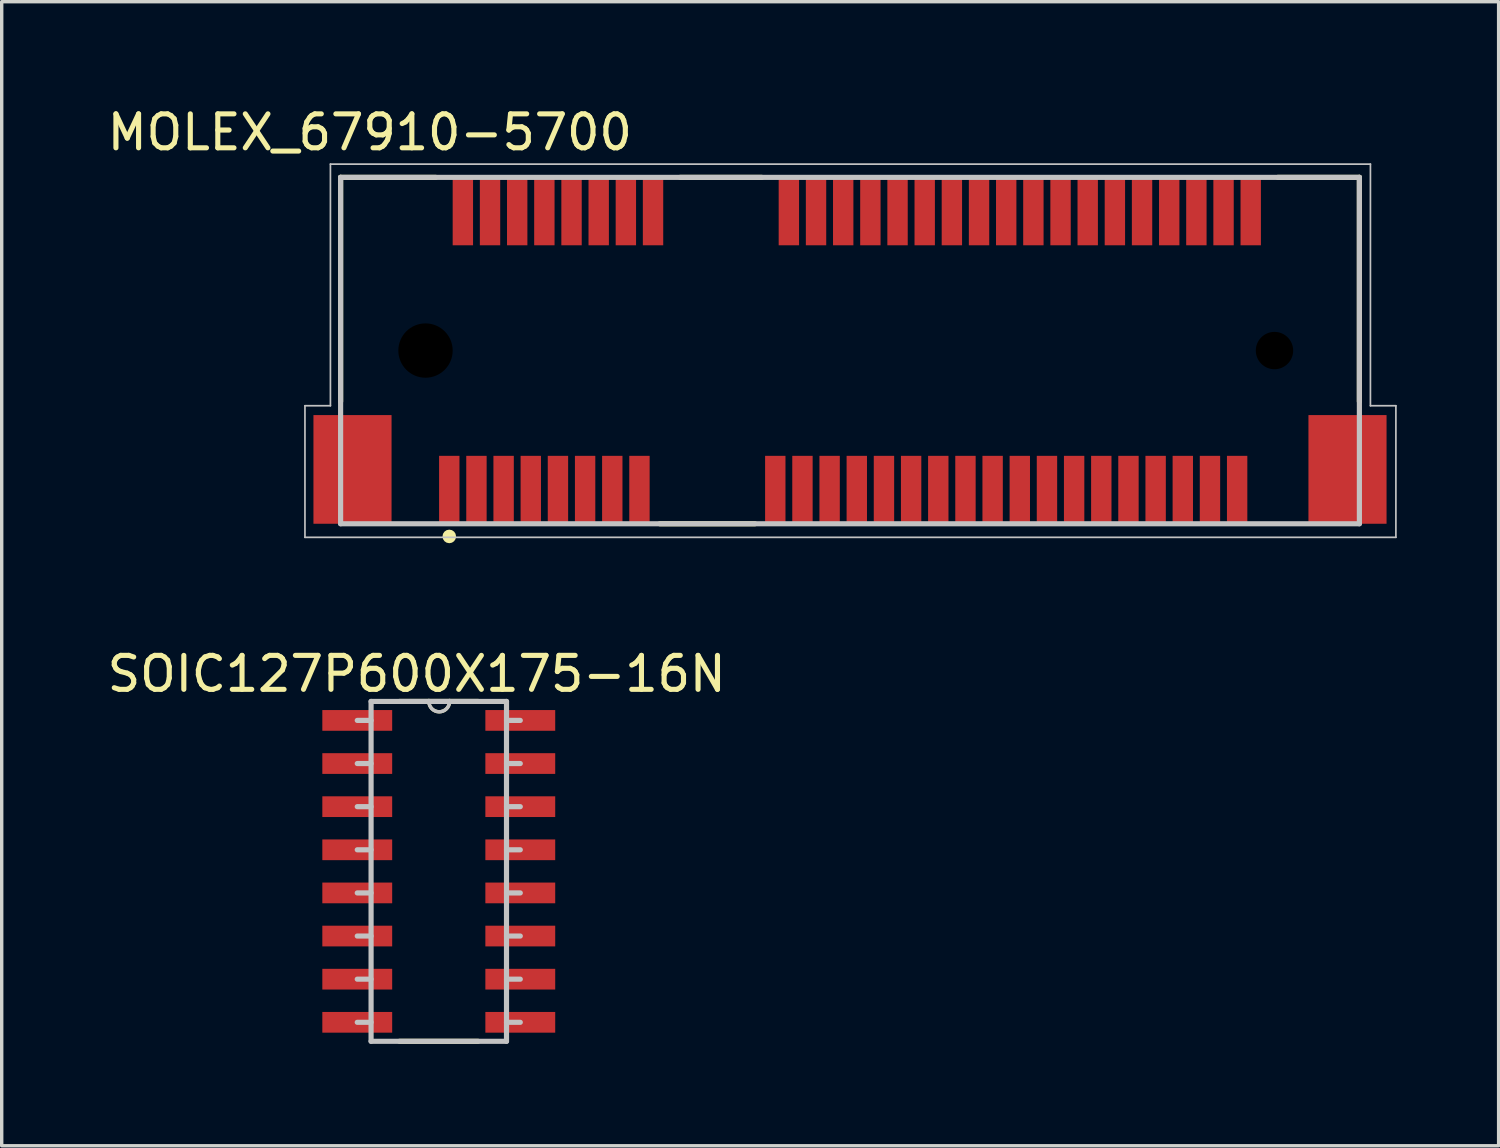
<source format=kicad_pcb>
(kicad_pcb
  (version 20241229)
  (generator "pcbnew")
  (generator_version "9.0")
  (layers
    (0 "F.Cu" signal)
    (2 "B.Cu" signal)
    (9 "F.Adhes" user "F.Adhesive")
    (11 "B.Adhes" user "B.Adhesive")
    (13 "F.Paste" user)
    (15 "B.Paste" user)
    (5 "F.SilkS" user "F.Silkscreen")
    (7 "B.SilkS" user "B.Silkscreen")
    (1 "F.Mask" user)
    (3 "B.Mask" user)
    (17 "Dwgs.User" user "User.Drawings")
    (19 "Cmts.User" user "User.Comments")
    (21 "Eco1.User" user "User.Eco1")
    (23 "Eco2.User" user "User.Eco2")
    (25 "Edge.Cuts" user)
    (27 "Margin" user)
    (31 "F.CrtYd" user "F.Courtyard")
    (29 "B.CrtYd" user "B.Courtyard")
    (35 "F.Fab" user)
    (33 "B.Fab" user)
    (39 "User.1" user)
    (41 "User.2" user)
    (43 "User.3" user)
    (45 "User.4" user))
  (footprint "MOLEX_67910-5700"
    (layer "F.Cu")
    (at 20.18 7.273)
    (property "Reference" "MOLEX_67910-5700" (at -12.34 -6.425 0) (layer "F.SilkS") (effects (font (size 1 1) (thickness 0.15))))
    (attr smd)
    (fp_line (start -13.2 -5.1) (end -10.4 -5.1) (stroke (width 0.152) (type solid)) (layer "F.SilkS"))
    (fp_line (start -13.2 1.5) (end -13.2 -5.1) (stroke (width 0.152) (type solid)) (layer "F.SilkS"))
    (fp_line (start -3.2 -5.1) (end -0.8 -5.1) (stroke (width 0.152) (type solid)) (layer "F.SilkS"))
    (fp_line (start -1 5.1) (end -3.8 5.1) (stroke (width 0.152) (type solid)) (layer "F.SilkS"))
    (fp_line (start 14.4 -5.1) (end 16.8 -5.1) (stroke (width 0.152) (type solid)) (layer "F.SilkS"))
    (fp_line (start 16.8 -5.1) (end 16.8 1.5) (stroke (width 0.152) (type solid)) (layer "F.SilkS"))
    (fp_circle (center -10 5.473) (end -9.9 5.473) (stroke (width 0.2) (type solid)) (fill no) (layer "F.SilkS"))
    (fp_line (start -14.25 1.625) (end -13.5 1.625) (stroke (width 0.05) (type solid)) (layer "Dwgs.User"))
    (fp_line (start -14.25 5.5) (end -14.25 1.625) (stroke (width 0.05) (type solid)) (layer "Dwgs.User"))
    (fp_line (start -13.5 -5.49) (end 17.125 -5.49) (stroke (width 0.05) (type solid)) (layer "Dwgs.User"))
    (fp_line (start -13.5 1.625) (end -13.5 -5.49) (stroke (width 0.05) (type solid)) (layer "Dwgs.User"))
    (fp_line (start -13.2 -5.1) (end 16.8 -5.1) (stroke (width 0.152) (type solid)) (layer "Dwgs.User"))
    (fp_line (start -13.2 5.1) (end -13.2 -5.1) (stroke (width 0.152) (type solid)) (layer "Dwgs.User"))
    (fp_line (start 16.8 -5.1) (end 16.8 5.1) (stroke (width 0.152) (type solid)) (layer "Dwgs.User"))
    (fp_line (start 16.8 5.1) (end -13.2 5.1) (stroke (width 0.152) (type solid)) (layer "Dwgs.User"))
    (fp_line (start 17.125 -5.49) (end 17.125 1.625) (stroke (width 0.05) (type solid)) (layer "Dwgs.User"))
    (fp_line (start 17.125 1.625) (end 17.875 1.625) (stroke (width 0.05) (type solid)) (layer "Dwgs.User"))
    (fp_line (start 17.875 1.625) (end 17.875 5.5) (stroke (width 0.05) (type solid)) (layer "Dwgs.User"))
    (fp_line (start 17.875 5.5) (end -14.25 5.5) (stroke (width 0.05) (type solid)) (layer "Dwgs.User"))
    (pad "" np_thru_hole circle (at -10.7 0) (size 1.6 1.6) (drill 1.6) (layers))
    (pad "" np_thru_hole circle (at 14.3 0) (size 1.1 1.1) (drill 1.1) (layers))
    (pad "1" smd rect (at -10 4.1 90) (size 2 0.6) (layers "F.Cu" "F.Mask" "F.Paste"))
    (pad "2" smd rect (at -9.6 -4.1 90) (size 2 0.6) (layers "F.Cu" "F.Mask" "F.Paste"))
    (pad "3" smd rect (at -9.2 4.1 90) (size 2 0.6) (layers "F.Cu" "F.Mask" "F.Paste"))
    (pad "4" smd rect (at -8.8 -4.1 90) (size 2 0.6) (layers "F.Cu" "F.Mask" "F.Paste"))
    (pad "5" smd rect (at -8.4 4.1 90) (size 2 0.6) (layers "F.Cu" "F.Mask" "F.Paste"))
    (pad "6" smd rect (at -8 -4.1 90) (size 2 0.6) (layers "F.Cu" "F.Mask" "F.Paste"))
    (pad "7" smd rect (at -7.6 4.1 90) (size 2 0.6) (layers "F.Cu" "F.Mask" "F.Paste"))
    (pad "8" smd rect (at -7.2 -4.1 90) (size 2 0.6) (layers "F.Cu" "F.Mask" "F.Paste"))
    (pad "9" smd rect (at -6.8 4.1 90) (size 2 0.6) (layers "F.Cu" "F.Mask" "F.Paste"))
    (pad "10" smd rect (at -6.4 -4.1 90) (size 2 0.6) (layers "F.Cu" "F.Mask" "F.Paste"))
    (pad "11" smd rect (at -6 4.1 90) (size 2 0.6) (layers "F.Cu" "F.Mask" "F.Paste"))
    (pad "12" smd rect (at -5.6 -4.1 90) (size 2 0.6) (layers "F.Cu" "F.Mask" "F.Paste"))
    (pad "13" smd rect (at -5.2 4.1 90) (size 2 0.6) (layers "F.Cu" "F.Mask" "F.Paste"))
    (pad "14" smd rect (at -4.8 -4.1 90) (size 2 0.6) (layers "F.Cu" "F.Mask" "F.Paste"))
    (pad "15" smd rect (at -4.4 4.1 90) (size 2 0.6) (layers "F.Cu" "F.Mask" "F.Paste"))
    (pad "16" smd rect (at -4 -4.1 90) (size 2 0.6) (layers "F.Cu" "F.Mask" "F.Paste"))
    (pad "17" smd rect (at -0.4 4.1 90) (size 2 0.6) (layers "F.Cu" "F.Mask" "F.Paste"))
    (pad "18" smd rect (at 0 -4.1 90) (size 2 0.6) (layers "F.Cu" "F.Mask" "F.Paste"))
    (pad "19" smd rect (at 0.4 4.1 90) (size 2 0.6) (layers "F.Cu" "F.Mask" "F.Paste"))
    (pad "20" smd rect (at 0.8 -4.1 90) (size 2 0.6) (layers "F.Cu" "F.Mask" "F.Paste"))
    (pad "21" smd rect (at 1.2 4.1 90) (size 2 0.6) (layers "F.Cu" "F.Mask" "F.Paste"))
    (pad "22" smd rect (at 1.6 -4.1 90) (size 2 0.6) (layers "F.Cu" "F.Mask" "F.Paste"))
    (pad "23" smd rect (at 2 4.1 90) (size 2 0.6) (layers "F.Cu" "F.Mask" "F.Paste"))
    (pad "24" smd rect (at 2.4 -4.1 90) (size 2 0.6) (layers "F.Cu" "F.Mask" "F.Paste"))
    (pad "25" smd rect (at 2.8 4.1 90) (size 2 0.6) (layers "F.Cu" "F.Mask" "F.Paste"))
    (pad "26" smd rect (at 3.2 -4.1 90) (size 2 0.6) (layers "F.Cu" "F.Mask" "F.Paste"))
    (pad "27" smd rect (at 3.6 4.1 90) (size 2 0.6) (layers "F.Cu" "F.Mask" "F.Paste"))
    (pad "28" smd rect (at 4 -4.1 90) (size 2 0.6) (layers "F.Cu" "F.Mask" "F.Paste"))
    (pad "29" smd rect (at 4.4 4.1 90) (size 2 0.6) (layers "F.Cu" "F.Mask" "F.Paste"))
    (pad "30" smd rect (at 4.8 -4.1 90) (size 2 0.6) (layers "F.Cu" "F.Mask" "F.Paste"))
    (pad "31" smd rect (at 5.2 4.1 90) (size 2 0.6) (layers "F.Cu" "F.Mask" "F.Paste"))
    (pad "32" smd rect (at 5.6 -4.1 90) (size 2 0.6) (layers "F.Cu" "F.Mask" "F.Paste"))
    (pad "33" smd rect (at 6 4.1 90) (size 2 0.6) (layers "F.Cu" "F.Mask" "F.Paste"))
    (pad "34" smd rect (at 6.4 -4.1 90) (size 2 0.6) (layers "F.Cu" "F.Mask" "F.Paste"))
    (pad "35" smd rect (at 6.8 4.1 90) (size 2 0.6) (layers "F.Cu" "F.Mask" "F.Paste"))
    (pad "36" smd rect (at 7.2 -4.1 90) (size 2 0.6) (layers "F.Cu" "F.Mask" "F.Paste"))
    (pad "37" smd rect (at 7.6 4.1 90) (size 2 0.6) (layers "F.Cu" "F.Mask" "F.Paste"))
    (pad "38" smd rect (at 8 -4.1 90) (size 2 0.6) (layers "F.Cu" "F.Mask" "F.Paste"))
    (pad "39" smd rect (at 8.4 4.1 90) (size 2 0.6) (layers "F.Cu" "F.Mask" "F.Paste"))
    (pad "40" smd rect (at 8.8 -4.1 90) (size 2 0.6) (layers "F.Cu" "F.Mask" "F.Paste"))
    (pad "41" smd rect (at 9.2 4.1 90) (size 2 0.6) (layers "F.Cu" "F.Mask" "F.Paste"))
    (pad "42" smd rect (at 9.6 -4.1 90) (size 2 0.6) (layers "F.Cu" "F.Mask" "F.Paste"))
    (pad "43" smd rect (at 10 4.1 90) (size 2 0.6) (layers "F.Cu" "F.Mask" "F.Paste"))
    (pad "44" smd rect (at 10.4 -4.1 90) (size 2 0.6) (layers "F.Cu" "F.Mask" "F.Paste"))
    (pad "45" smd rect (at 10.8 4.1 90) (size 2 0.6) (layers "F.Cu" "F.Mask" "F.Paste"))
    (pad "46" smd rect (at 11.2 -4.1 90) (size 2 0.6) (layers "F.Cu" "F.Mask" "F.Paste"))
    (pad "47" smd rect (at 11.6 4.1 90) (size 2 0.6) (layers "F.Cu" "F.Mask" "F.Paste"))
    (pad "48" smd rect (at 12 -4.1 90) (size 2 0.6) (layers "F.Cu" "F.Mask" "F.Paste"))
    (pad "49" smd rect (at 12.4 4.1 90) (size 2 0.6) (layers "F.Cu" "F.Mask" "F.Paste"))
    (pad "50" smd rect (at 12.8 -4.1 90) (size 2 0.6) (layers "F.Cu" "F.Mask" "F.Paste"))
    (pad "51" smd rect (at 13.2 4.1 90) (size 2 0.6) (layers "F.Cu" "F.Mask" "F.Paste"))
    (pad "52" smd rect (at 13.6 -4.1 90) (size 2 0.6) (layers "F.Cu" "F.Mask" "F.Paste"))
    (pad "53" smd rect (at -12.85 3.5 90) (size 3.2 2.3) (layers "F.Cu" "F.Mask" "F.Paste"))
    (pad "54" smd rect (at 16.45 3.5 90) (size 3.2 2.3) (layers "F.Cu" "F.Mask" "F.Paste")))
  (footprint "SOIC127P600X175-16N"
    (layer "F.Cu")
    (at 12.271 27.054)
    (property "Reference" "SOIC127P600X175-16N" (at -3.051 -10.26 0) (layer "F.SilkS") (effects (font (size 1 1) (thickness 0.15))))
    (attr smd)
    (fp_line (start -3.556 0.559) (end -1.245 0.559) (stroke (width 0.152) (type solid)) (layer "F.SilkS"))
    (fp_line (start -2.692 -9.449) (end -3.556 -9.449) (stroke (width 0.152) (type solid)) (layer "F.SilkS"))
    (fp_line (start -2.083 -9.449) (end -2.692 -9.449) (stroke (width 0.152) (type solid)) (layer "F.SilkS"))
    (fp_line (start -1.245 -9.449) (end -2.083 -9.449) (stroke (width 0.152) (type solid)) (layer "F.SilkS"))
    (fp_arc (start -2.0828 -9.4488) (mid -2.3876 -9.144) (end -2.6924 -9.4488) (stroke (width 0.1) (type solid)) (layer "F.SilkS"))
    (fp_line (start -4.801 -8.89) (end -4.394 -8.89) (stroke (width 0.152) (type solid)) (layer "Dwgs.User"))
    (fp_line (start -4.801 -7.62) (end -4.394 -7.62) (stroke (width 0.152) (type solid)) (layer "Dwgs.User"))
    (fp_line (start -4.801 -6.35) (end -4.394 -6.35) (stroke (width 0.152) (type solid)) (layer "Dwgs.User"))
    (fp_line (start -4.801 -5.08) (end -4.394 -5.08) (stroke (width 0.152) (type solid)) (layer "Dwgs.User"))
    (fp_line (start -4.801 -3.81) (end -4.394 -3.81) (stroke (width 0.152) (type solid)) (layer "Dwgs.User"))
    (fp_line (start -4.801 -2.54) (end -4.394 -2.54) (stroke (width 0.152) (type solid)) (layer "Dwgs.User"))
    (fp_line (start -4.801 -1.27) (end -4.394 -1.27) (stroke (width 0.152) (type solid)) (layer "Dwgs.User"))
    (fp_line (start -4.801 0) (end -4.394 0) (stroke (width 0.152) (type solid)) (layer "Dwgs.User"))
    (fp_line (start -4.394 -9.449) (end -4.394 0.559) (stroke (width 0.152) (type solid)) (layer "Dwgs.User"))
    (fp_line (start -4.394 0.559) (end -0.406 0.559) (stroke (width 0.152) (type solid)) (layer "Dwgs.User"))
    (fp_line (start -2.692 -9.449) (end -4.394 -9.449) (stroke (width 0.152) (type solid)) (layer "Dwgs.User"))
    (fp_line (start -2.083 -9.449) (end -2.692 -9.449) (stroke (width 0.152) (type solid)) (layer "Dwgs.User"))
    (fp_line (start -0.406 -9.449) (end -2.083 -9.449) (stroke (width 0.152) (type solid)) (layer "Dwgs.User"))
    (fp_line (start -0.406 0.559) (end -0.406 -9.449) (stroke (width 0.152) (type solid)) (layer "Dwgs.User"))
    (fp_line (start 0 -8.89) (end -0.406 -8.89) (stroke (width 0.152) (type solid)) (layer "Dwgs.User"))
    (fp_line (start 0 -7.62) (end -0.406 -7.62) (stroke (width 0.152) (type solid)) (layer "Dwgs.User"))
    (fp_line (start 0 -6.35) (end -0.406 -6.35) (stroke (width 0.152) (type solid)) (layer "Dwgs.User"))
    (fp_line (start 0 -5.08) (end -0.406 -5.08) (stroke (width 0.152) (type solid)) (layer "Dwgs.User"))
    (fp_line (start 0 -3.81) (end -0.406 -3.81) (stroke (width 0.152) (type solid)) (layer "Dwgs.User"))
    (fp_line (start 0 -2.54) (end -0.406 -2.54) (stroke (width 0.152) (type solid)) (layer "Dwgs.User"))
    (fp_line (start 0 -1.27) (end -0.406 -1.27) (stroke (width 0.152) (type solid)) (layer "Dwgs.User"))
    (fp_line (start 0 0) (end -0.406 0) (stroke (width 0.152) (type solid)) (layer "Dwgs.User"))
    (fp_arc (start -2.0828 -9.4488) (mid -2.3876 -9.144) (end -2.6924 -9.4488) (stroke (width 0.1) (type solid)) (layer "Dwgs.User"))
    (pad "1" smd rect (at -4.801 -8.89) (size 2.057 0.61) (layers "F.Cu" "F.Mask" "F.Paste"))
    (pad "2" smd rect (at -4.801 -7.62) (size 2.057 0.61) (layers "F.Cu" "F.Mask" "F.Paste"))
    (pad "3" smd rect (at -4.801 -6.35) (size 2.057 0.61) (layers "F.Cu" "F.Mask" "F.Paste"))
    (pad "4" smd rect (at -4.801 -5.08) (size 2.057 0.61) (layers "F.Cu" "F.Mask" "F.Paste"))
    (pad "5" smd rect (at -4.801 -3.81) (size 2.057 0.61) (layers "F.Cu" "F.Mask" "F.Paste"))
    (pad "6" smd rect (at -4.801 -2.54) (size 2.057 0.61) (layers "F.Cu" "F.Mask" "F.Paste"))
    (pad "7" smd rect (at -4.801 -1.27) (size 2.057 0.61) (layers "F.Cu" "F.Mask" "F.Paste"))
    (pad "8" smd rect (at -4.801 0) (size 2.057 0.61) (layers "F.Cu" "F.Mask" "F.Paste"))
    (pad "9" smd rect (at 0 0) (size 2.057 0.61) (layers "F.Cu" "F.Mask" "F.Paste"))
    (pad "10" smd rect (at 0 -1.27) (size 2.057 0.61) (layers "F.Cu" "F.Mask" "F.Paste"))
    (pad "11" smd rect (at 0 -2.54) (size 2.057 0.61) (layers "F.Cu" "F.Mask" "F.Paste"))
    (pad "12" smd rect (at 0 -3.81) (size 2.057 0.61) (layers "F.Cu" "F.Mask" "F.Paste"))
    (pad "13" smd rect (at 0 -5.08) (size 2.057 0.61) (layers "F.Cu" "F.Mask" "F.Paste"))
    (pad "14" smd rect (at 0 -6.35) (size 2.057 0.61) (layers "F.Cu" "F.Mask" "F.Paste"))
    (pad "15" smd rect (at 0 -7.62) (size 2.057 0.61) (layers "F.Cu" "F.Mask" "F.Paste"))
    (pad "16" smd rect (at 0 -8.89) (size 2.057 0.61) (layers "F.Cu" "F.Mask" "F.Paste")))
  (gr_rect
    (start -3 -3)
    (end 41.08 30.689)
    (stroke (width 0.1) (type default))
    (fill no)
    (layer "Edge.Cuts")))
</source>
